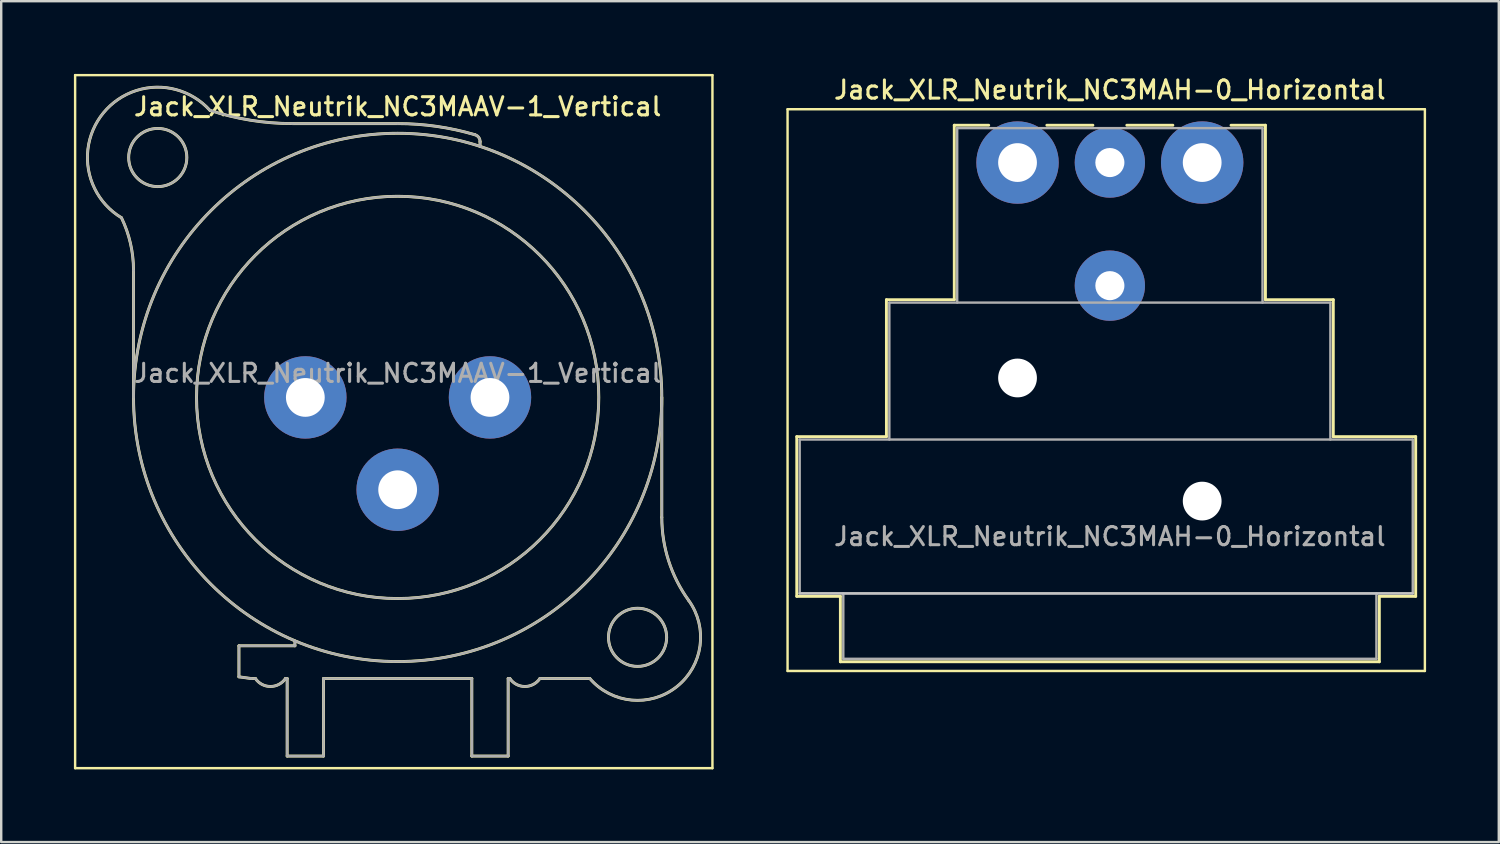
<source format=kicad_pcb>
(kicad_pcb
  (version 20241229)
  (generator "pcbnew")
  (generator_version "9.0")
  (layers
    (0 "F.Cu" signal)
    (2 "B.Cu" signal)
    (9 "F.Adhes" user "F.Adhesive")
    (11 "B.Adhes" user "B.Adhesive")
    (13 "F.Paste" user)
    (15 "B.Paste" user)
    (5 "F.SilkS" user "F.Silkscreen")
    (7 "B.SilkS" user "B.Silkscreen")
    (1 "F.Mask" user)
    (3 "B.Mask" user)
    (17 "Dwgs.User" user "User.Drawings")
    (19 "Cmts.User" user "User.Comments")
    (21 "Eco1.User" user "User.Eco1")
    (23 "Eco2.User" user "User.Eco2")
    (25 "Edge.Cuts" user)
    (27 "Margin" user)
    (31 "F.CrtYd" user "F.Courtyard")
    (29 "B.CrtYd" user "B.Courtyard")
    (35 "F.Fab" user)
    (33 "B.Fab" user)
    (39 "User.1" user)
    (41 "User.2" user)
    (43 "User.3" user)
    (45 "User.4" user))
  (footprint "Jack_XLR_Neutrik_NC3MAH-0_Horizontal"
    (layer "F.Cu")
    (at 38.94 3.658)
    (property "Reference" "Jack_XLR_Neutrik_NC3MAH-0_Horizontal" (at 3.81 -3 0) (layer "F.SilkS") (effects (font (size 0.75 0.75) (thickness 0.125))))
    (attr through_hole)
    (fp_line (start -9.49 20.98) (end -9.49 -2.2) (stroke (width 0.1) (type solid)) (layer "F.SilkS"))
    (fp_line (start -9.11 11.31) (end -5.41 11.31) (stroke (width 0.12) (type solid)) (layer "F.SilkS"))
    (fp_line (start -9.11 17.9) (end -9.11 11.31) (stroke (width 0.12) (type solid)) (layer "F.SilkS"))
    (fp_line (start -7.31 17.9) (end -9.11 17.9) (stroke (width 0.12) (type solid)) (layer "F.SilkS"))
    (fp_line (start -7.31 17.9) (end -7.31 20.6) (stroke (width 0.12) (type solid)) (layer "F.SilkS"))
    (fp_line (start -5.41 11.31) (end -5.41 5.66) (stroke (width 0.12) (type solid)) (layer "F.SilkS"))
    (fp_line (start -2.61 5.66) (end -5.41 5.66) (stroke (width 0.12) (type solid)) (layer "F.SilkS"))
    (fp_line (start -2.61 5.66) (end -2.61 -1.54) (stroke (width 0.12) (type solid)) (layer "F.SilkS"))
    (fp_line (start -1.19 -1.54) (end -2.61 -1.54) (stroke (width 0.12) (type solid)) (layer "F.SilkS"))
    (fp_line (start 3.11 -1.54) (end 1.21 -1.54) (stroke (width 0.12) (type solid)) (layer "F.SilkS"))
    (fp_line (start 4.51 -1.54) (end 6.41 -1.54) (stroke (width 0.12) (type solid)) (layer "F.SilkS"))
    (fp_line (start 10.23 -1.54) (end 8.81 -1.54) (stroke (width 0.12) (type solid)) (layer "F.SilkS"))
    (fp_line (start 10.23 5.66) (end 10.23 -1.54) (stroke (width 0.12) (type solid)) (layer "F.SilkS"))
    (fp_line (start 10.23 5.66) (end 13.03 5.66) (stroke (width 0.12) (type solid)) (layer "F.SilkS"))
    (fp_line (start 13.03 11.31) (end 13.03 5.66) (stroke (width 0.12) (type solid)) (layer "F.SilkS"))
    (fp_line (start 13.03 11.31) (end 16.43 11.31) (stroke (width 0.12) (type solid)) (layer "F.SilkS"))
    (fp_line (start 14.93 17.9) (end 14.93 20.6) (stroke (width 0.12) (type solid)) (layer "F.SilkS"))
    (fp_line (start 14.93 20.6) (end -7.31 20.6) (stroke (width 0.12) (type solid)) (layer "F.SilkS"))
    (fp_line (start 16.43 17.9) (end 14.93 17.9) (stroke (width 0.12) (type solid)) (layer "F.SilkS"))
    (fp_line (start 16.43 17.9) (end 16.43 11.31) (stroke (width 0.12) (type solid)) (layer "F.SilkS"))
    (fp_line (start 16.81 -2.2) (end -9.49 -2.2) (stroke (width 0.1) (type solid)) (layer "F.SilkS"))
    (fp_line (start 16.81 20.98) (end -9.49 20.98) (stroke (width 0.1) (type solid)) (layer "F.SilkS"))
    (fp_line (start 16.81 20.98) (end 16.81 -2.2) (stroke (width 0.1) (type solid)) (layer "F.SilkS"))
    (fp_line (start 16.31 17.78) (end -8.99 17.78) (stroke (width 0.1) (type solid)) (layer "Dwgs.User"))
    (fp_line (start -8.99 11.43) (end 16.31 11.43) (stroke (width 0.1) (type solid)) (layer "F.Fab"))
    (fp_line (start -8.99 17.78) (end -8.99 11.43) (stroke (width 0.1) (type solid)) (layer "F.Fab"))
    (fp_line (start -7.19 20.48) (end -7.19 17.78) (stroke (width 0.1) (type solid)) (layer "F.Fab"))
    (fp_line (start -5.29 5.78) (end -5.29 11.43) (stroke (width 0.1) (type solid)) (layer "F.Fab"))
    (fp_line (start -5.29 5.78) (end 12.91 5.78) (stroke (width 0.1) (type solid)) (layer "F.Fab"))
    (fp_line (start -2.49 5.78) (end -2.49 -1.42) (stroke (width 0.1) (type solid)) (layer "F.Fab"))
    (fp_line (start 10.11 -1.42) (end -2.49 -1.42) (stroke (width 0.1) (type solid)) (layer "F.Fab"))
    (fp_line (start 10.11 5.78) (end 10.11 -1.42) (stroke (width 0.1) (type solid)) (layer "F.Fab"))
    (fp_line (start 12.91 11.43) (end 12.91 5.78) (stroke (width 0.1) (type solid)) (layer "F.Fab"))
    (fp_line (start 14.81 17.78) (end 14.81 20.48) (stroke (width 0.1) (type solid)) (layer "F.Fab"))
    (fp_line (start 14.81 20.48) (end -7.19 20.48) (stroke (width 0.1) (type solid)) (layer "F.Fab"))
    (fp_line (start 16.31 11.43) (end 16.31 17.78) (stroke (width 0.1) (type solid)) (layer "F.Fab"))
    (fp_line (start 16.31 17.78) (end -8.99 17.78) (stroke (width 0.1) (type solid)) (layer "F.Fab"))
    (fp_text user "${REFERENCE}" (at 3.81 15.43 0) (layer "F.Fab") (effects (font (size 0.75 0.75) (thickness 0.125))))
    (pad "" np_thru_hole circle (at 0 8.89) (size 1.6 1.6) (drill 1.6) (layers "*.Cu" "*.Mask"))
    (pad "" np_thru_hole circle (at 7.62 13.97) (size 1.6 1.6) (drill 1.6) (layers "*.Cu" "*.Mask"))
    (pad "1" thru_hole circle (at 0 0) (size 3.4 3.4) (drill 1.6) (layers "*.Cu" "*.Mask"))
    (pad "2" thru_hole circle (at 7.62 0) (size 3.4 3.4) (drill 1.6) (layers "*.Cu" "*.Mask"))
    (pad "3" thru_hole circle (at 3.81 0) (size 2.9 2.9) (drill 1.2) (layers "*.Cu" "*.Mask"))
    (pad "G" thru_hole circle (at 3.81 5.08) (size 2.9 2.9) (drill 1.2) (layers "*.Cu" "*.Mask")))
  (footprint "Jack_XLR_Neutrik_NC3MAAV-1_Vertical"
    (layer "F.Cu")
    (at 9.55 13.35)
    (property "Reference" "Jack_XLR_Neutrik_NC3MAAV-1_Vertical" (at 3.81 -12 0) (layer "F.SilkS") (effects (font (size 0.75 0.75) (thickness 0.125))))
    (attr through_hole)
    (fp_line (start -9.5 -13.3) (end 16.8 -13.3) (stroke (width 0.1) (type solid)) (layer "F.SilkS"))
    (fp_line (start -9.5 15.3) (end -9.5 -13.3) (stroke (width 0.1) (type solid)) (layer "F.SilkS"))
    (fp_line (start -7.09 -5.24) (end -7.09 0) (stroke (width 0.12) (type solid)) (layer "F.SilkS"))
    (fp_line (start -2.74 11.53) (end -2.74 10.25) (stroke (width 0.12) (type solid)) (layer "F.SilkS"))
    (fp_line (start -2.74 11.53) (end -2.24 11.6) (stroke (width 0.12) (type solid)) (layer "F.SilkS"))
    (fp_line (start -2.24 11.6) (end -2.06 11.6) (stroke (width 0.12) (type solid)) (layer "F.SilkS"))
    (fp_line (start -0.75 11.6) (end -0.82 11.6) (stroke (width 0.12) (type solid)) (layer "F.SilkS"))
    (fp_line (start -0.75 11.6) (end -0.75 14.8) (stroke (width 0.12) (type solid)) (layer "F.SilkS"))
    (fp_line (start -0.43 10.25) (end -2.74 10.25) (stroke (width 0.12) (type solid)) (layer "F.SilkS"))
    (fp_line (start -0.43 10.25) (end -0.43 10.05) (stroke (width 0.12) (type solid)) (layer "F.SilkS"))
    (fp_line (start 0.75 11.6) (end 0.75 14.8) (stroke (width 0.12) (type solid)) (layer "F.SilkS"))
    (fp_line (start 0.75 11.6) (end 6.87 11.6) (stroke (width 0.12) (type solid)) (layer "F.SilkS"))
    (fp_line (start 0.75 14.8) (end -0.75 14.8) (stroke (width 0.12) (type solid)) (layer "F.SilkS"))
    (fp_line (start 3.81 -11.3) (end -0.53 -11.3) (stroke (width 0.12) (type solid)) (layer "F.SilkS"))
    (fp_line (start 6.87 11.6) (end 6.87 14.8) (stroke (width 0.12) (type solid)) (layer "F.SilkS"))
    (fp_line (start 7.21 -10.36) (end 7.21 -10.55) (stroke (width 0.12) (type solid)) (layer "F.SilkS"))
    (fp_line (start 8.37 11.6) (end 8.37 14.8) (stroke (width 0.12) (type solid)) (layer "F.SilkS"))
    (fp_line (start 8.37 11.6) (end 8.44 11.6) (stroke (width 0.12) (type solid)) (layer "F.SilkS"))
    (fp_line (start 8.37 14.8) (end 6.87 14.8) (stroke (width 0.12) (type solid)) (layer "F.SilkS"))
    (fp_line (start 9.68 11.6) (end 11.74 11.6) (stroke (width 0.12) (type solid)) (layer "F.SilkS"))
    (fp_line (start 14.71 4.95) (end 14.71 0) (stroke (width 0.12) (type solid)) (layer "F.SilkS"))
    (fp_line (start 16.8 -13.3) (end 16.8 15.3) (stroke (width 0.1) (type solid)) (layer "F.SilkS"))
    (fp_line (start 16.8 15.3) (end -9.5 15.3) (stroke (width 0.1) (type solid)) (layer "F.SilkS"))
    (fp_arc (start -7.588965 -7.414421) (mid -8.331551 -11.74403) (end -3.94 -11.85) (stroke (width 0.12) (type solid)) (layer "F.SilkS"))
    (fp_arc (start -7.584615 -7.408295) (mid -7.215222 -6.351997) (end -7.09 -5.24) (stroke (width 0.12) (type solid)) (layer "F.SilkS"))
    (fp_arc (start -0.820521 11.600769) (mid -1.440464 11.928866) (end -2.06 11.6) (stroke (width 0.12) (type solid)) (layer "F.SilkS"))
    (fp_arc (start -0.53 -11.3) (mid -2.253923 -11.43719) (end -3.934451 -11.845305) (stroke (width 0.12) (type solid)) (layer "F.SilkS"))
    (fp_arc (start 3.81 -11.3) (mid 5.421707 -11.184471) (end 7.000458 -10.840248) (stroke (width 0.12) (type solid)) (layer "F.SilkS"))
    (fp_arc (start 7.004232 -10.837678) (mid 7.156013 -10.728814) (end 7.21 -10.55) (stroke (width 0.12) (type solid)) (layer "F.SilkS"))
    (fp_arc (start 9.679479 11.600769) (mid 9.059536 11.928866) (end 8.44 11.6) (stroke (width 0.12) (type solid)) (layer "F.SilkS"))
    (fp_arc (start 15.815277 8.372002) (mid 14.993173 6.748036) (end 14.71 4.95) (stroke (width 0.12) (type solid)) (layer "F.SilkS"))
    (fp_arc (start 15.815343 8.370807) (mid 15.326014 11.93946) (end 11.74 11.6) (stroke (width 0.12) (type solid)) (layer "F.SilkS"))
    (fp_circle (center -6.09 -9.9) (end -4.89 -9.9) (stroke (width 0.12) (type solid)) (fill no) (layer "F.SilkS"))
    (fp_circle (center 3.81 0) (end 12.11 0) (stroke (width 0.12) (type solid)) (fill no) (layer "F.SilkS"))
    (fp_circle (center 3.81 0) (end 14.71 0) (stroke (width 0.12) (type solid)) (fill no) (layer "F.SilkS"))
    (fp_circle (center 13.71 9.9) (end 14.91 9.9) (stroke (width 0.12) (type solid)) (fill no) (layer "F.SilkS"))
    (fp_line (start -7.09 -5.24) (end -7.09 0) (stroke (width 0.1) (type solid)) (layer "F.Fab"))
    (fp_line (start -2.74 11.53) (end -2.74 10.25) (stroke (width 0.1) (type solid)) (layer "F.Fab"))
    (fp_line (start -2.74 11.53) (end -2.24 11.6) (stroke (width 0.1) (type solid)) (layer "F.Fab"))
    (fp_line (start -2.24 11.6) (end -2.06 11.6) (stroke (width 0.1) (type solid)) (layer "F.Fab"))
    (fp_line (start -0.75 11.6) (end -0.82 11.6) (stroke (width 0.1) (type solid)) (layer "F.Fab"))
    (fp_line (start -0.75 11.6) (end -0.75 14.8) (stroke (width 0.1) (type solid)) (layer "F.Fab"))
    (fp_line (start -0.43 10.25) (end -2.74 10.25) (stroke (width 0.1) (type solid)) (layer "F.Fab"))
    (fp_line (start -0.43 10.25) (end -0.43 10.05) (stroke (width 0.1) (type solid)) (layer "F.Fab"))
    (fp_line (start 0.75 11.6) (end 0.75 14.8) (stroke (width 0.1) (type solid)) (layer "F.Fab"))
    (fp_line (start 0.75 11.6) (end 6.87 11.6) (stroke (width 0.1) (type solid)) (layer "F.Fab"))
    (fp_line (start 0.75 14.8) (end -0.75 14.8) (stroke (width 0.1) (type solid)) (layer "F.Fab"))
    (fp_line (start 3.81 -11.3) (end -0.53 -11.3) (stroke (width 0.1) (type solid)) (layer "F.Fab"))
    (fp_line (start 6.87 11.6) (end 6.87 14.8) (stroke (width 0.1) (type solid)) (layer "F.Fab"))
    (fp_line (start 7.21 -10.36) (end 7.21 -10.55) (stroke (width 0.1) (type solid)) (layer "F.Fab"))
    (fp_line (start 8.37 11.6) (end 8.37 14.8) (stroke (width 0.1) (type solid)) (layer "F.Fab"))
    (fp_line (start 8.37 11.6) (end 8.44 11.6) (stroke (width 0.1) (type solid)) (layer "F.Fab"))
    (fp_line (start 8.37 14.8) (end 6.87 14.8) (stroke (width 0.1) (type solid)) (layer "F.Fab"))
    (fp_line (start 9.68 11.6) (end 11.74 11.6) (stroke (width 0.1) (type solid)) (layer "F.Fab"))
    (fp_line (start 14.71 4.95) (end 14.71 0) (stroke (width 0.1) (type solid)) (layer "F.Fab"))
    (fp_arc (start -7.588965 -7.414421) (mid -8.331551 -11.74403) (end -3.94 -11.85) (stroke (width 0.1) (type solid)) (layer "F.Fab"))
    (fp_arc (start -7.584615 -7.408295) (mid -7.215222 -6.351997) (end -7.09 -5.24) (stroke (width 0.1) (type solid)) (layer "F.Fab"))
    (fp_arc (start -0.820521 11.600769) (mid -1.440464 11.928866) (end -2.06 11.6) (stroke (width 0.1) (type solid)) (layer "F.Fab"))
    (fp_arc (start -0.53 -11.3) (mid -2.253923 -11.43719) (end -3.934451 -11.845305) (stroke (width 0.1) (type solid)) (layer "F.Fab"))
    (fp_arc (start 3.81 -11.3) (mid 5.421707 -11.184471) (end 7.000458 -10.840248) (stroke (width 0.1) (type solid)) (layer "F.Fab"))
    (fp_arc (start 7.004232 -10.837678) (mid 7.156013 -10.728814) (end 7.21 -10.55) (stroke (width 0.1) (type solid)) (layer "F.Fab"))
    (fp_arc (start 9.679479 11.600769) (mid 9.059536 11.928866) (end 8.44 11.6) (stroke (width 0.1) (type solid)) (layer "F.Fab"))
    (fp_arc (start 15.815277 8.372002) (mid 14.993173 6.748036) (end 14.71 4.95) (stroke (width 0.1) (type solid)) (layer "F.Fab"))
    (fp_arc (start 15.815343 8.370807) (mid 15.326014 11.93946) (end 11.74 11.6) (stroke (width 0.1) (type solid)) (layer "F.Fab"))
    (fp_circle (center -6.09 -9.9) (end -4.89 -9.9) (stroke (width 0.1) (type solid)) (fill no) (layer "F.Fab"))
    (fp_circle (center 3.81 0) (end 12.11 0) (stroke (width 0.1) (type solid)) (fill no) (layer "F.Fab"))
    (fp_circle (center 3.81 0) (end 14.71 0) (stroke (width 0.1) (type solid)) (fill no) (layer "F.Fab"))
    (fp_circle (center 13.71 9.9) (end 14.91 9.9) (stroke (width 0.1) (type solid)) (fill no) (layer "F.Fab"))
    (fp_text user "${REFERENCE}" (at 3.81 -1 0) (layer "F.Fab") (effects (font (size 0.75 0.75) (thickness 0.125))))
    (pad "1" thru_hole circle (at 0 0) (size 3.4 3.4) (drill 1.6) (layers "*.Cu" "*.Mask"))
    (pad "2" thru_hole circle (at 7.62 0) (size 3.4 3.4) (drill 1.6) (layers "*.Cu" "*.Mask"))
    (pad "3" thru_hole circle (at 3.81 3.81) (size 3.4 3.4) (drill 1.6) (layers "*.Cu" "*.Mask")))
  (gr_rect
    (start -3 -3)
    (end 58.8 31.7)
    (stroke (width 0.1) (type default))
    (fill no)
    (layer "Edge.Cuts")))
</source>
